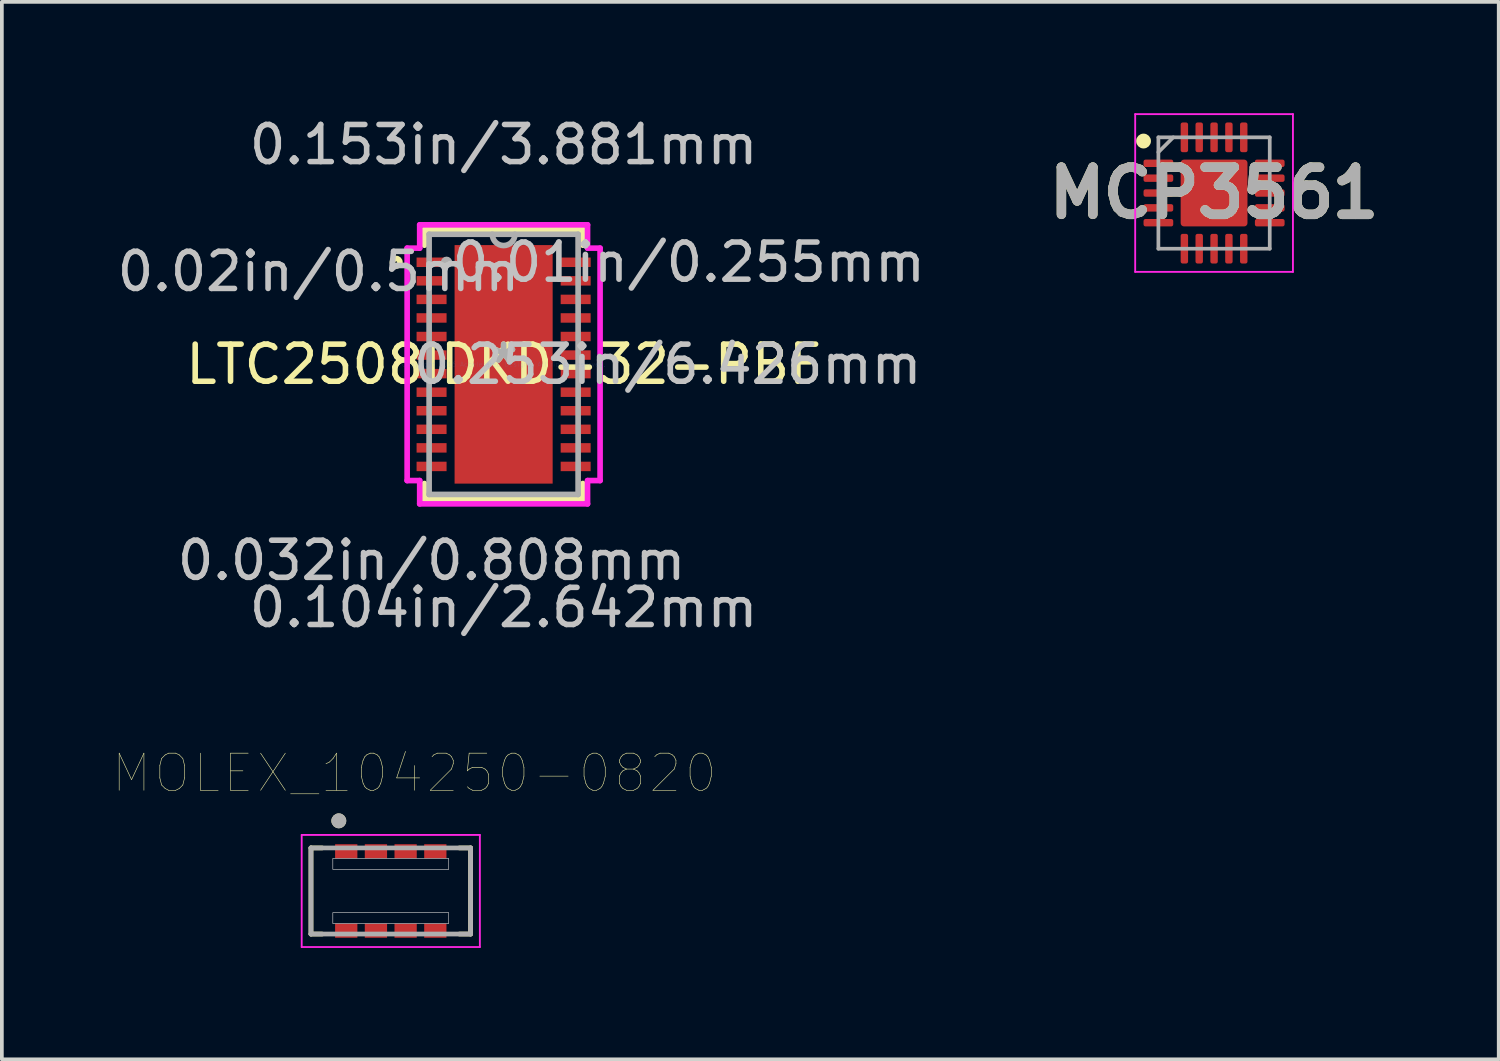
<source format=kicad_pcb>
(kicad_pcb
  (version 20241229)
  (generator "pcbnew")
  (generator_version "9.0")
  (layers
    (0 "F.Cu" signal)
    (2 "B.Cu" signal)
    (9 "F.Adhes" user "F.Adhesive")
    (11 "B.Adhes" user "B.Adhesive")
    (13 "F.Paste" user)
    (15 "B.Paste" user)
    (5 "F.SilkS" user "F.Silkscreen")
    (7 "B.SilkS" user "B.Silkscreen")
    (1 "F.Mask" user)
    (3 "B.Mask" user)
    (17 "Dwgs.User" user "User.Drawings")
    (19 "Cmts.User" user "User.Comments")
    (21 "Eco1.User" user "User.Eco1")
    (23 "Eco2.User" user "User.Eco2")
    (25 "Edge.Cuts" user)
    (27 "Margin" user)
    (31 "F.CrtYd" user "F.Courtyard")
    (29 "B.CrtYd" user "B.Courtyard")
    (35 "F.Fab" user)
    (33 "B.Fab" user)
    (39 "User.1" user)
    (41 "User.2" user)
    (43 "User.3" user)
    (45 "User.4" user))
  (footprint "MOLEX_104250-0820"
    (layer "F.Cu")
    (at 7.478 20.954)
    (property "Reference" "MOLEX_104250-0820" (at 0.635 -3.175 0) (layer "F.SilkS") (effects (font (size 1 1) (thickness 0.015))))
    (attr through_hole)
    (fp_poly (pts (xy -1.5 -1.26) (xy -0.9 -1.26) (xy -0.9 -0.88) (xy -1.5 -0.88)) (stroke (width 0.01) (type solid)) (fill yes) (layer "F.Mask"))
    (fp_poly (pts (xy -1.5 0.88) (xy -0.9 0.88) (xy -0.9 1.26) (xy -1.5 1.26)) (stroke (width 0.01) (type solid)) (fill yes) (layer "F.Mask"))
    (fp_poly (pts (xy -0.7 -1.26) (xy -0.1 -1.26) (xy -0.1 -0.88) (xy -0.7 -0.88)) (stroke (width 0.01) (type solid)) (fill yes) (layer "F.Mask"))
    (fp_poly (pts (xy -0.7 0.88) (xy -0.1 0.88) (xy -0.1 1.26) (xy -0.7 1.26)) (stroke (width 0.01) (type solid)) (fill yes) (layer "F.Mask"))
    (fp_poly (pts (xy 0.1 -1.26) (xy 0.7 -1.26) (xy 0.7 -0.88) (xy 0.1 -0.88)) (stroke (width 0.01) (type solid)) (fill yes) (layer "F.Mask"))
    (fp_poly (pts (xy 0.1 0.88) (xy 0.7 0.88) (xy 0.7 1.26) (xy 0.1 1.26)) (stroke (width 0.01) (type solid)) (fill yes) (layer "F.Mask"))
    (fp_poly (pts (xy 0.9 -1.26) (xy 1.5 -1.26) (xy 1.5 -0.88) (xy 0.9 -0.88)) (stroke (width 0.01) (type solid)) (fill yes) (layer "F.Mask"))
    (fp_poly (pts (xy 0.9 0.88) (xy 1.5 0.88) (xy 1.5 1.26) (xy 0.9 1.26)) (stroke (width 0.01) (type solid)) (fill yes) (layer "F.Mask"))
    (fp_line (start -2.15 -1.16) (end -2.15 1.16) (stroke (width 0.127) (type solid)) (layer "F.SilkS"))
    (fp_line (start -2.15 -1.16) (end -1.85 -1.16) (stroke (width 0.127) (type solid)) (layer "F.SilkS"))
    (fp_line (start -2.15 1.16) (end -1.85 1.16) (stroke (width 0.127) (type solid)) (layer "F.SilkS"))
    (fp_line (start 1.85 -1.16) (end 2.15 -1.16) (stroke (width 0.127) (type solid)) (layer "F.SilkS"))
    (fp_line (start 2.15 -1.16) (end 2.15 1.16) (stroke (width 0.127) (type solid)) (layer "F.SilkS"))
    (fp_line (start 2.15 1.16) (end 1.85 1.16) (stroke (width 0.127) (type solid)) (layer "F.SilkS"))
    (fp_circle (center -1.4 -1.89) (end -1.3 -1.89) (stroke (width 0.2) (type solid)) (fill no) (layer "F.SilkS"))
    (fp_poly (pts (xy -1.41 -1.203) (xy -0.99 -1.203) (xy -0.99 -0.937) (xy -1.41 -0.937)) (stroke (width 0.01) (type solid)) (fill yes) (layer "F.Paste"))
    (fp_poly (pts (xy -1.41 0.937) (xy -0.99 0.937) (xy -0.99 1.203) (xy -1.41 1.203)) (stroke (width 0.01) (type solid)) (fill yes) (layer "F.Paste"))
    (fp_poly (pts (xy -0.61 -1.203) (xy -0.19 -1.203) (xy -0.19 -0.937) (xy -0.61 -0.937)) (stroke (width 0.01) (type solid)) (fill yes) (layer "F.Paste"))
    (fp_poly (pts (xy -0.61 0.937) (xy -0.19 0.937) (xy -0.19 1.203) (xy -0.61 1.203)) (stroke (width 0.01) (type solid)) (fill yes) (layer "F.Paste"))
    (fp_poly (pts (xy 0.19 -1.203) (xy 0.61 -1.203) (xy 0.61 -0.937) (xy 0.19 -0.937)) (stroke (width 0.01) (type solid)) (fill yes) (layer "F.Paste"))
    (fp_poly (pts (xy 0.19 0.937) (xy 0.61 0.937) (xy 0.61 1.203) (xy 0.19 1.203)) (stroke (width 0.01) (type solid)) (fill yes) (layer "F.Paste"))
    (fp_poly (pts (xy 0.99 -1.203) (xy 1.41 -1.203) (xy 1.41 -0.937) (xy 0.99 -0.937)) (stroke (width 0.01) (type solid)) (fill yes) (layer "F.Paste"))
    (fp_poly (pts (xy 0.99 0.937) (xy 1.41 0.937) (xy 1.41 1.203) (xy 0.99 1.203)) (stroke (width 0.01) (type solid)) (fill yes) (layer "F.Paste"))
    (fp_poly (pts (xy -1.56 -0.88) (xy 1.56 -0.88) (xy 1.56 -0.58) (xy -1.56 -0.58)) (stroke (width 0.01) (type solid)) (fill no) (layer "Dwgs.User"))
    (fp_poly (pts (xy -1.56 -0.88) (xy 1.56 -0.88) (xy 1.56 -0.58) (xy -1.56 -0.58)) (stroke (width 0.01) (type solid)) (fill no) (layer "Dwgs.User"))
    (fp_poly (pts (xy -1.56 0.58) (xy 1.56 0.58) (xy 1.56 0.88) (xy -1.56 0.88)) (stroke (width 0.01) (type solid)) (fill no) (layer "Dwgs.User"))
    (fp_poly (pts (xy -1.56 0.58) (xy 1.56 0.58) (xy 1.56 0.88) (xy -1.56 0.88)) (stroke (width 0.01) (type solid)) (fill no) (layer "Dwgs.User"))
    (fp_line (start -2.4 -1.51) (end 2.4 -1.51) (stroke (width 0.05) (type solid)) (layer "F.CrtYd"))
    (fp_line (start -2.4 1.51) (end -2.4 -1.51) (stroke (width 0.05) (type solid)) (layer "F.CrtYd"))
    (fp_line (start 2.4 -1.51) (end 2.4 1.51) (stroke (width 0.05) (type solid)) (layer "F.CrtYd"))
    (fp_line (start 2.4 1.51) (end -2.4 1.51) (stroke (width 0.05) (type solid)) (layer "F.CrtYd"))
    (fp_line (start -2.15 -1.16) (end 2.15 -1.16) (stroke (width 0.127) (type solid)) (layer "F.Fab"))
    (fp_line (start -2.15 1.16) (end -2.15 -1.16) (stroke (width 0.127) (type solid)) (layer "F.Fab"))
    (fp_line (start 2.15 -1.16) (end 2.15 1.16) (stroke (width 0.127) (type solid)) (layer "F.Fab"))
    (fp_line (start 2.15 1.16) (end -2.15 1.16) (stroke (width 0.127) (type solid)) (layer "F.Fab"))
    (fp_circle (center -1.4 -1.89) (end -1.3 -1.89) (stroke (width 0.2) (type solid)) (fill no) (layer "F.Fab"))
    (pad "1" smd rect (at -1.2 -1.07) (size 0.6 0.38) (layers "F.Cu"))
    (pad "2" smd rect (at -1.2 1.07) (size 0.6 0.38) (layers "F.Cu"))
    (pad "3" smd rect (at -0.4 -1.07) (size 0.6 0.38) (layers "F.Cu"))
    (pad "4" smd rect (at -0.4 1.07) (size 0.6 0.38) (layers "F.Cu"))
    (pad "5" smd rect (at 0.4 -1.07) (size 0.6 0.38) (layers "F.Cu"))
    (pad "6" smd rect (at 0.4 1.07) (size 0.6 0.38) (layers "F.Cu"))
    (pad "7" smd rect (at 1.2 -1.07) (size 0.6 0.38) (layers "F.Cu"))
    (pad "8" smd rect (at 1.2 1.07) (size 0.6 0.38) (layers "F.Cu")))
  (footprint "MCP3561"
    (layer "F.Cu")
    (at 29.658 2.15)
    (property "Reference" "MCP3561" (at 0 0 0) (layer "F.SilkS") (effects (font (size 1.27 1.27) (thickness 0.254))))
    (attr smd)
    (fp_circle (center -1.9 -1.4) (end -1.9 -1.3) (stroke (width 0.2) (type solid)) (fill no) (layer "F.SilkS"))
    (fp_line (start -2.125 -2.125) (end 2.125 -2.125) (stroke (width 0.05) (type solid)) (layer "F.CrtYd"))
    (fp_line (start -2.125 2.125) (end -2.125 -2.125) (stroke (width 0.05) (type solid)) (layer "F.CrtYd"))
    (fp_line (start 2.125 -2.125) (end 2.125 2.125) (stroke (width 0.05) (type solid)) (layer "F.CrtYd"))
    (fp_line (start 2.125 2.125) (end -2.125 2.125) (stroke (width 0.05) (type solid)) (layer "F.CrtYd"))
    (fp_line (start -1.5 -1.5) (end 1.5 -1.5) (stroke (width 0.1) (type solid)) (layer "F.Fab"))
    (fp_line (start -1.5 -1.1) (end -1.1 -1.5) (stroke (width 0.1) (type solid)) (layer "F.Fab"))
    (fp_line (start -1.5 1.5) (end -1.5 -1.5) (stroke (width 0.1) (type solid)) (layer "F.Fab"))
    (fp_line (start 1.5 -1.5) (end 1.5 1.5) (stroke (width 0.1) (type solid)) (layer "F.Fab"))
    (fp_line (start 1.5 1.5) (end -1.5 1.5) (stroke (width 0.1) (type solid)) (layer "F.Fab"))
    (fp_text user "${REFERENCE}" (at 0 0 0) (layer "F.Fab") (effects (font (size 1.27 1.27) (thickness 0.254))))
    (pad "1" smd roundrect (at -1.5 -0.8 90) (size 0.2 0.8) (layers "F.Cu" "F.Mask" "F.Paste") (roundrect_rratio 0.27))
    (pad "2" smd roundrect (at -1.5 -0.4 90) (size 0.2 0.8) (layers "F.Cu" "F.Mask" "F.Paste") (roundrect_rratio 0.27))
    (pad "3" smd roundrect (at -1.5 0 90) (size 0.2 0.8) (layers "F.Cu" "F.Mask" "F.Paste") (roundrect_rratio 0.27))
    (pad "4" smd roundrect (at -1.5 0.4 90) (size 0.2 0.8) (layers "F.Cu" "F.Mask" "F.Paste") (roundrect_rratio 0.27))
    (pad "5" smd roundrect (at -1.5 0.8 90) (size 0.2 0.8) (layers "F.Cu" "F.Mask" "F.Paste") (roundrect_rratio 0.27))
    (pad "6" smd roundrect (at -0.8 1.5) (size 0.2 0.8) (layers "F.Cu" "F.Mask" "F.Paste") (roundrect_rratio 0.27))
    (pad "7" smd roundrect (at -0.4 1.5) (size 0.2 0.8) (layers "F.Cu" "F.Mask" "F.Paste") (roundrect_rratio 0.27))
    (pad "8" smd roundrect (at 0 1.5) (size 0.2 0.8) (layers "F.Cu" "F.Mask" "F.Paste") (roundrect_rratio 0.27))
    (pad "9" smd roundrect (at 0.4 1.5) (size 0.2 0.8) (layers "F.Cu" "F.Mask" "F.Paste") (roundrect_rratio 0.27))
    (pad "10" smd roundrect (at 0.8 1.5) (size 0.2 0.8) (layers "F.Cu" "F.Mask" "F.Paste") (roundrect_rratio 0.27))
    (pad "11" smd roundrect (at 1.5 0.8 90) (size 0.2 0.8) (layers "F.Cu" "F.Mask" "F.Paste") (roundrect_rratio 0.27))
    (pad "12" smd roundrect (at 1.5 0.4 90) (size 0.2 0.8) (layers "F.Cu" "F.Mask" "F.Paste") (roundrect_rratio 0.27))
    (pad "13" smd roundrect (at 1.5 0 90) (size 0.2 0.8) (layers "F.Cu" "F.Mask" "F.Paste") (roundrect_rratio 0.27))
    (pad "14" smd roundrect (at 1.5 -0.4 90) (size 0.2 0.8) (layers "F.Cu" "F.Mask" "F.Paste") (roundrect_rratio 0.27))
    (pad "15" smd roundrect (at 1.5 -0.8 90) (size 0.2 0.8) (layers "F.Cu" "F.Mask" "F.Paste") (roundrect_rratio 0.27))
    (pad "16" smd roundrect (at 0.8 -1.5) (size 0.2 0.8) (layers "F.Cu" "F.Mask" "F.Paste") (roundrect_rratio 0.27))
    (pad "17" smd roundrect (at 0.4 -1.5) (size 0.2 0.8) (layers "F.Cu" "F.Mask" "F.Paste") (roundrect_rratio 0.27))
    (pad "18" smd roundrect (at 0 -1.5) (size 0.2 0.8) (layers "F.Cu" "F.Mask" "F.Paste") (roundrect_rratio 0.27))
    (pad "19" smd roundrect (at -0.4 -1.5) (size 0.2 0.8) (layers "F.Cu" "F.Mask" "F.Paste") (roundrect_rratio 0.27))
    (pad "20" smd roundrect (at -0.8 -1.5) (size 0.2 0.8) (layers "F.Cu" "F.Mask" "F.Paste") (roundrect_rratio 0.27))
    (pad "21" smd roundrect (at 0 0) (size 1.8 1.8) (layers "F.Cu" "F.Mask" "F.Paste") (roundrect_rratio 0.05)))
  (footprint "LTC2508IDKD-32-PBF"
    (layer "F.Cu")
    (at 10.518 6.766)
    (property "Reference" "LTC2508IDKD-32-PBF" (at 0 0 0) (layer "F.SilkS") (effects (font (size 1 1) (thickness 0.15))))
    (attr through_hole)
    (fp_line (start -2.134 -3.632) (end -2.134 -3.21) (stroke (width 0.152) (type solid)) (layer "F.SilkS"))
    (fp_line (start -2.134 3.21) (end -2.134 3.632) (stroke (width 0.152) (type solid)) (layer "F.SilkS"))
    (fp_line (start -2.134 3.632) (end 2.134 3.632) (stroke (width 0.152) (type solid)) (layer "F.SilkS"))
    (fp_line (start 2.134 -3.632) (end -2.134 -3.632) (stroke (width 0.152) (type solid)) (layer "F.SilkS"))
    (fp_line (start 2.134 -3.21) (end 2.134 -3.632) (stroke (width 0.152) (type solid)) (layer "F.SilkS"))
    (fp_line (start 2.134 3.632) (end 2.134 3.21) (stroke (width 0.152) (type solid)) (layer "F.SilkS"))
    (fp_circle (center -2.895 -2.75) (end -2.794 -2.75) (stroke (width 0.152) (type solid)) (fill no) (layer "F.SilkS"))
    (fp_line (start -1.221 -3.113) (end -1.221 -2.028) (stroke (width 0.152) (type solid)) (layer "F.Paste"))
    (fp_line (start -1.221 -2.028) (end -0.1 -2.028) (stroke (width 0.152) (type solid)) (layer "F.Paste"))
    (fp_line (start -1.221 -1.828) (end -1.221 -0.743) (stroke (width 0.152) (type solid)) (layer "F.Paste"))
    (fp_line (start -1.221 -0.743) (end -0.1 -0.743) (stroke (width 0.152) (type solid)) (layer "F.Paste"))
    (fp_line (start -1.221 -0.543) (end -1.221 0.543) (stroke (width 0.152) (type solid)) (layer "F.Paste"))
    (fp_line (start -1.221 0.543) (end -0.1 0.543) (stroke (width 0.152) (type solid)) (layer "F.Paste"))
    (fp_line (start -1.221 0.743) (end -1.221 1.828) (stroke (width 0.152) (type solid)) (layer "F.Paste"))
    (fp_line (start -1.221 1.828) (end -0.1 1.828) (stroke (width 0.152) (type solid)) (layer "F.Paste"))
    (fp_line (start -1.221 2.028) (end -1.221 3.113) (stroke (width 0.152) (type solid)) (layer "F.Paste"))
    (fp_line (start -1.221 3.113) (end -0.1 3.113) (stroke (width 0.152) (type solid)) (layer "F.Paste"))
    (fp_line (start -0.1 -3.113) (end -1.221 -3.113) (stroke (width 0.152) (type solid)) (layer "F.Paste"))
    (fp_line (start -0.1 -2.028) (end -0.1 -3.113) (stroke (width 0.152) (type solid)) (layer "F.Paste"))
    (fp_line (start -0.1 -1.828) (end -1.221 -1.828) (stroke (width 0.152) (type solid)) (layer "F.Paste"))
    (fp_line (start -0.1 -0.743) (end -0.1 -1.828) (stroke (width 0.152) (type solid)) (layer "F.Paste"))
    (fp_line (start -0.1 -0.543) (end -1.221 -0.543) (stroke (width 0.152) (type solid)) (layer "F.Paste"))
    (fp_line (start -0.1 0.543) (end -0.1 -0.543) (stroke (width 0.152) (type solid)) (layer "F.Paste"))
    (fp_line (start -0.1 0.743) (end -1.221 0.743) (stroke (width 0.152) (type solid)) (layer "F.Paste"))
    (fp_line (start -0.1 1.828) (end -0.1 0.743) (stroke (width 0.152) (type solid)) (layer "F.Paste"))
    (fp_line (start -0.1 2.028) (end -1.221 2.028) (stroke (width 0.152) (type solid)) (layer "F.Paste"))
    (fp_line (start -0.1 3.113) (end -0.1 2.028) (stroke (width 0.152) (type solid)) (layer "F.Paste"))
    (fp_line (start 0.1 -3.113) (end 0.1 -2.028) (stroke (width 0.152) (type solid)) (layer "F.Paste"))
    (fp_line (start 0.1 -2.028) (end 1.221 -2.028) (stroke (width 0.152) (type solid)) (layer "F.Paste"))
    (fp_line (start 0.1 -1.828) (end 0.1 -0.743) (stroke (width 0.152) (type solid)) (layer "F.Paste"))
    (fp_line (start 0.1 -0.743) (end 1.221 -0.743) (stroke (width 0.152) (type solid)) (layer "F.Paste"))
    (fp_line (start 0.1 -0.543) (end 0.1 0.543) (stroke (width 0.152) (type solid)) (layer "F.Paste"))
    (fp_line (start 0.1 0.543) (end 1.221 0.543) (stroke (width 0.152) (type solid)) (layer "F.Paste"))
    (fp_line (start 0.1 0.743) (end 0.1 1.828) (stroke (width 0.152) (type solid)) (layer "F.Paste"))
    (fp_line (start 0.1 1.828) (end 1.221 1.828) (stroke (width 0.152) (type solid)) (layer "F.Paste"))
    (fp_line (start 0.1 2.028) (end 0.1 3.113) (stroke (width 0.152) (type solid)) (layer "F.Paste"))
    (fp_line (start 0.1 3.113) (end 1.221 3.113) (stroke (width 0.152) (type solid)) (layer "F.Paste"))
    (fp_line (start 1.221 -3.113) (end 0.1 -3.113) (stroke (width 0.152) (type solid)) (layer "F.Paste"))
    (fp_line (start 1.221 -2.028) (end 1.221 -3.113) (stroke (width 0.152) (type solid)) (layer "F.Paste"))
    (fp_line (start 1.221 -1.828) (end 0.1 -1.828) (stroke (width 0.152) (type solid)) (layer "F.Paste"))
    (fp_line (start 1.221 -0.743) (end 1.221 -1.828) (stroke (width 0.152) (type solid)) (layer "F.Paste"))
    (fp_line (start 1.221 -0.543) (end 0.1 -0.543) (stroke (width 0.152) (type solid)) (layer "F.Paste"))
    (fp_line (start 1.221 0.543) (end 1.221 -0.543) (stroke (width 0.152) (type solid)) (layer "F.Paste"))
    (fp_line (start 1.221 0.743) (end 0.1 0.743) (stroke (width 0.152) (type solid)) (layer "F.Paste"))
    (fp_line (start 1.221 1.828) (end 1.221 0.743) (stroke (width 0.152) (type solid)) (layer "F.Paste"))
    (fp_line (start 1.221 2.028) (end 0.1 2.028) (stroke (width 0.152) (type solid)) (layer "F.Paste"))
    (fp_line (start 1.221 3.113) (end 1.221 2.028) (stroke (width 0.152) (type solid)) (layer "F.Paste"))
    (fp_line (start -2.599 -3.131) (end -2.261 -3.131) (stroke (width 0.152) (type solid)) (layer "F.CrtYd"))
    (fp_line (start -2.599 3.131) (end -2.599 -3.131) (stroke (width 0.152) (type solid)) (layer "F.CrtYd"))
    (fp_line (start -2.261 -3.759) (end 2.261 -3.759) (stroke (width 0.152) (type solid)) (layer "F.CrtYd"))
    (fp_line (start -2.261 -3.131) (end -2.261 -3.759) (stroke (width 0.152) (type solid)) (layer "F.CrtYd"))
    (fp_line (start -2.261 3.131) (end -2.599 3.131) (stroke (width 0.152) (type solid)) (layer "F.CrtYd"))
    (fp_line (start -2.261 3.759) (end -2.261 3.131) (stroke (width 0.152) (type solid)) (layer "F.CrtYd"))
    (fp_line (start 2.261 -3.759) (end 2.261 -3.131) (stroke (width 0.152) (type solid)) (layer "F.CrtYd"))
    (fp_line (start 2.261 -3.131) (end 2.599 -3.131) (stroke (width 0.152) (type solid)) (layer "F.CrtYd"))
    (fp_line (start 2.261 3.131) (end 2.261 3.759) (stroke (width 0.152) (type solid)) (layer "F.CrtYd"))
    (fp_line (start 2.261 3.759) (end -2.261 3.759) (stroke (width 0.152) (type solid)) (layer "F.CrtYd"))
    (fp_line (start 2.599 -3.131) (end 2.599 3.131) (stroke (width 0.152) (type solid)) (layer "F.CrtYd"))
    (fp_line (start 2.599 3.131) (end 2.261 3.131) (stroke (width 0.152) (type solid)) (layer "F.CrtYd"))
    (fp_line (start -2.007 -3.505) (end -2.007 3.505) (stroke (width 0.152) (type solid)) (layer "F.Fab"))
    (fp_line (start -2.007 3.505) (end 2.007 3.505) (stroke (width 0.152) (type solid)) (layer "F.Fab"))
    (fp_line (start 2.007 -3.505) (end -2.007 -3.505) (stroke (width 0.152) (type solid)) (layer "F.Fab"))
    (fp_line (start 2.007 3.505) (end 2.007 -3.505) (stroke (width 0.152) (type solid)) (layer "F.Fab"))
    (fp_arc (start 0.3048 -3.5052) (mid 0 -3.2004) (end -0.3048 -3.5052) (stroke (width 0.1524) (type solid)) (layer "F.Fab"))
    (fp_circle (center -1.537 -2.75) (end -1.46 -2.75) (stroke (width 0.152) (type solid)) (fill no) (layer "F.Fab"))
    (fp_text user "*" (at 0 0 0) (layer "F.SilkS") (effects (font (size 1 1) (thickness 0.15))))
    (fp_text user "0.02in/0.5mm" (at -4.989 -2.5 0) (layer "Dwgs.User") (effects (font (size 1 1) (thickness 0.15))))
    (fp_text user "0.032in/0.808mm" (at -1.941 5.283 0) (layer "Dwgs.User") (effects (font (size 1 1) (thickness 0.15))))
    (fp_text user "0.153in/3.881mm" (at 0 -5.918 0) (layer "Dwgs.User") (effects (font (size 1 1) (thickness 0.15))))
    (fp_text user "0.253in/6.426mm" (at 4.42 0 0) (layer "Dwgs.User") (effects (font (size 1 1) (thickness 0.15))))
    (fp_text user "0.104in/2.642mm" (at 0 6.553 0) (layer "Dwgs.User") (effects (font (size 1 1) (thickness 0.15))))
    (fp_text user "0.01in/0.255mm" (at 4.989 -2.75 0) (layer "Dwgs.User") (effects (font (size 1 1) (thickness 0.15))))
    (fp_text user "Copyright 2016 Accelerated Designs. All rights reserved." (at 0 0 0) (layer "Cmts.User") (effects (font (size 0.127 0.127) (thickness 0.002))))
    (fp_text user "*" (at 0 0 0) (layer "F.Fab") (effects (font (size 1 1) (thickness 0.15))))
    (pad "1" smd rect (at -1.941 -2.75) (size 0.808 0.255) (layers "F.Cu" "F.Mask" "F.Paste"))
    (pad "2" smd rect (at -1.941 -2.25) (size 0.808 0.255) (layers "F.Cu" "F.Mask" "F.Paste"))
    (pad "3" smd rect (at -1.941 -1.75) (size 0.808 0.255) (layers "F.Cu" "F.Mask" "F.Paste"))
    (pad "4" smd rect (at -1.941 -1.25) (size 0.808 0.255) (layers "F.Cu" "F.Mask" "F.Paste"))
    (pad "5" smd rect (at -1.941 -0.75) (size 0.808 0.255) (layers "F.Cu" "F.Mask" "F.Paste"))
    (pad "6" smd rect (at -1.941 -0.25) (size 0.808 0.255) (layers "F.Cu" "F.Mask" "F.Paste"))
    (pad "7" smd rect (at -1.941 0.25) (size 0.808 0.255) (layers "F.Cu" "F.Mask" "F.Paste"))
    (pad "8" smd rect (at -1.941 0.75) (size 0.808 0.255) (layers "F.Cu" "F.Mask" "F.Paste"))
    (pad "9" smd rect (at -1.941 1.25) (size 0.808 0.255) (layers "F.Cu" "F.Mask" "F.Paste"))
    (pad "10" smd rect (at -1.941 1.75) (size 0.808 0.255) (layers "F.Cu" "F.Mask" "F.Paste"))
    (pad "11" smd rect (at -1.941 2.25) (size 0.808 0.255) (layers "F.Cu" "F.Mask" "F.Paste"))
    (pad "12" smd rect (at -1.941 2.75) (size 0.808 0.255) (layers "F.Cu" "F.Mask" "F.Paste"))
    (pad "13" smd rect (at 1.941 2.75) (size 0.808 0.255) (layers "F.Cu" "F.Mask" "F.Paste"))
    (pad "14" smd rect (at 1.941 2.25) (size 0.808 0.255) (layers "F.Cu" "F.Mask" "F.Paste"))
    (pad "15" smd rect (at 1.941 1.75) (size 0.808 0.255) (layers "F.Cu" "F.Mask" "F.Paste"))
    (pad "16" smd rect (at 1.941 1.25) (size 0.808 0.255) (layers "F.Cu" "F.Mask" "F.Paste"))
    (pad "17" smd rect (at 1.941 0.75) (size 0.808 0.255) (layers "F.Cu" "F.Mask" "F.Paste"))
    (pad "18" smd rect (at 1.941 0.25) (size 0.808 0.255) (layers "F.Cu" "F.Mask" "F.Paste"))
    (pad "19" smd rect (at 1.941 -0.25) (size 0.808 0.255) (layers "F.Cu" "F.Mask" "F.Paste"))
    (pad "20" smd rect (at 1.941 -0.75) (size 0.808 0.255) (layers "F.Cu" "F.Mask" "F.Paste"))
    (pad "21" smd rect (at 1.941 -1.25) (size 0.808 0.255) (layers "F.Cu" "F.Mask" "F.Paste"))
    (pad "22" smd rect (at 1.941 -1.75) (size 0.808 0.255) (layers "F.Cu" "F.Mask" "F.Paste"))
    (pad "23" smd rect (at 1.941 -2.25) (size 0.808 0.255) (layers "F.Cu" "F.Mask" "F.Paste"))
    (pad "24" smd rect (at 1.941 -2.75) (size 0.808 0.255) (layers "F.Cu" "F.Mask" "F.Paste"))
    (pad "25" smd rect (at 0 0) (size 2.642 6.426) (layers "F.Cu" "F.Mask" "F.Paste")))
  (gr_rect
    (start -3 -3)
    (end 37.327 25.489)
    (stroke (width 0.1) (type default))
    (fill no)
    (layer "Edge.Cuts")))
</source>
